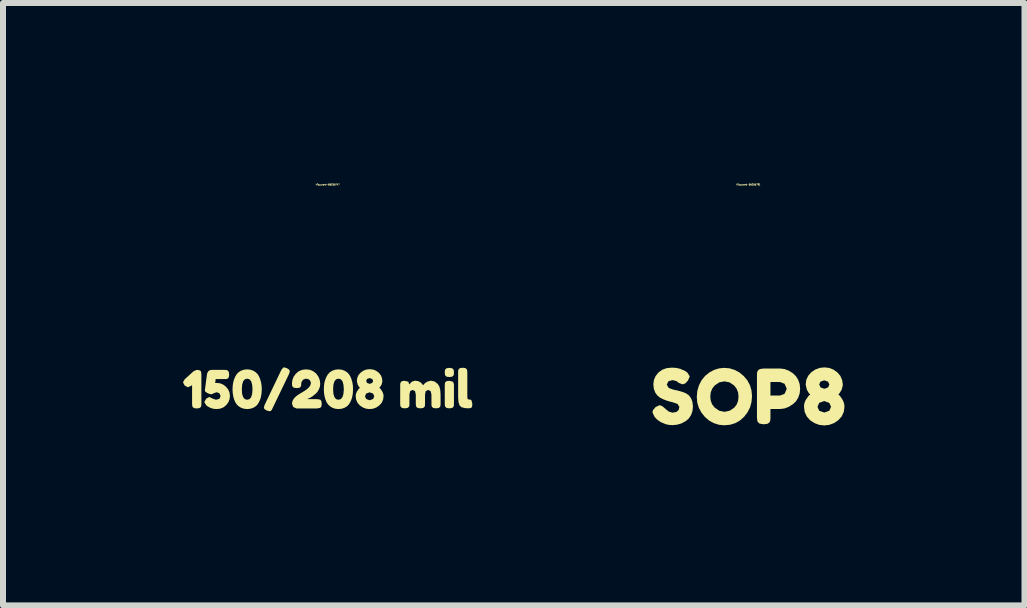
<source format=kicad_pcb>
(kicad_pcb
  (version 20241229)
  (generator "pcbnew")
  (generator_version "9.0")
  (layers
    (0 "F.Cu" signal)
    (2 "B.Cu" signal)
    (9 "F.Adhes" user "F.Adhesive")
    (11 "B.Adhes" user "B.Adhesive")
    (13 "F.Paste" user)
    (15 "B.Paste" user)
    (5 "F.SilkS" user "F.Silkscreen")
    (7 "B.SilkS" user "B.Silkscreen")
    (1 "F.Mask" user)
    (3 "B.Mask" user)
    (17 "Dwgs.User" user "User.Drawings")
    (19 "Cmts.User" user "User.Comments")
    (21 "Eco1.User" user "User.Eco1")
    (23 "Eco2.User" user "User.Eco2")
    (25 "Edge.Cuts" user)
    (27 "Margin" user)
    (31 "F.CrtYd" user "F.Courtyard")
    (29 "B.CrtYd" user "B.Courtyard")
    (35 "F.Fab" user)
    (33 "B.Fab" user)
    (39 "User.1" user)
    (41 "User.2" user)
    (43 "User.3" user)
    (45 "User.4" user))
  (footprint "kibuzzard-65C55791"
    (layer "F.Cu")
    (at 9.426 3.558)
    (property "Reference" "kibuzzard-65C55791" (at 0 -3.532 0) (layer "F.SilkS") (effects (font (size 0.025 0.025) (thickness 0.15))))
    (attr board_only exclude_from_pos_files exclude_from_bom)
    (fp_poly (pts (xy 0.744 0.128) (xy 0.673 0.173) (xy 0.6 0.201) (xy 0.526 0.21) (xy 0.367 0.21) (xy 0.367 -0.015) (xy 0.527 -0.015) (xy 0.602 -0.043) (xy 0.639 -0.127) (xy 0.602 -0.211) (xy 0.526 -0.24) (xy 0.367 -0.24) (xy 0.367 -0.015) (xy 0.367 0.21) (xy 0.367 0.353) (xy 0.365 0.397) (xy 0.353 0.431) (xy 0.319 0.456) (xy 0.254 0.465) (xy 0.184 0.453) (xy 0.15 0.418) (xy 0.142 0.352) (xy 0.142 -0.353) (xy 0.144 -0.397) (xy 0.156 -0.431) (xy 0.19 -0.456) (xy 0.255 -0.465) (xy 0.527 -0.465) (xy 0.601 -0.456) (xy 0.673 -0.429) (xy 0.744 -0.384) (xy 0.792 -0.337) (xy 0.829 -0.277) (xy 0.854 -0.206) (xy 0.862 -0.127) (xy 0.854 -0.048) (xy 0.829 0.022) (xy 0.792 0.082) (xy 0.744 0.128)) (stroke (width 0) (type solid)) (fill yes) (layer "F.SilkS"))
    (fp_poly (pts (xy -0.405 -0.476) (xy -0.314 -0.468) (xy -0.23 -0.442) (xy -0.151 -0.4) (xy -0.079 -0.34) (xy -0.018 -0.268) (xy 0.025 -0.188) (xy 0.051 -0.1) (xy 0.06 -0.003) (xy 0.051 0.094) (xy 0.027 0.183) (xy -0.015 0.265) (xy -0.072 0.34) (xy -0.142 0.402) (xy -0.22 0.446) (xy -0.305 0.472) (xy -0.398 0.481) (xy -0.4 0.481) (xy -0.4 0.257) (xy -0.314 0.239) (xy -0.237 0.188) (xy -0.197 0.137) (xy -0.173 0.076) (xy -0.165 0.004) (xy -0.173 -0.068) (xy -0.198 -0.13) (xy -0.238 -0.182) (xy -0.315 -0.234) (xy -0.401 -0.251) (xy -0.487 -0.234) (xy -0.564 -0.181) (xy -0.604 -0.129) (xy -0.628 -0.068) (xy -0.636 0.003) (xy -0.628 0.073) (xy -0.604 0.134) (xy -0.563 0.186) (xy -0.486 0.239) (xy -0.4 0.257) (xy -0.4 0.481) (xy -0.49 0.473) (xy -0.576 0.446) (xy -0.655 0.403) (xy -0.726 0.342) (xy -0.785 0.268) (xy -0.827 0.189) (xy -0.853 0.102) (xy -0.861 0.009) (xy -0.852 -0.093) (xy -0.823 -0.189) (xy -0.779 -0.273) (xy -0.721 -0.343) (xy -0.653 -0.398) (xy -0.575 -0.441) (xy -0.491 -0.467) (xy -0.405 -0.476)) (stroke (width 0) (type solid)) (fill yes) (layer "F.SilkS"))
    (fp_poly (pts (xy 1.601 0.168) (xy 1.59 0.256) (xy 1.555 0.333) (xy 1.498 0.397) (xy 1.426 0.445) (xy 1.348 0.474) (xy 1.265 0.484) (xy 1.265 0.269) (xy 1.349 0.239) (xy 1.377 0.173) (xy 1.348 0.108) (xy 1.266 0.078) (xy 1.266 -0.127) (xy 1.328 -0.15) (xy 1.349 -0.198) (xy 1.327 -0.246) (xy 1.263 -0.268) (xy 1.2 -0.246) (xy 1.18 -0.199) (xy 1.202 -0.15) (xy 1.266 -0.127) (xy 1.266 0.078) (xy 1.264 0.077) (xy 1.18 0.107) (xy 1.151 0.173) (xy 1.18 0.239) (xy 1.265 0.269) (xy 1.265 0.484) (xy 1.264 0.484) (xy 1.179 0.474) (xy 1.101 0.445) (xy 1.029 0.398) (xy 0.972 0.334) (xy 0.937 0.257) (xy 0.926 0.168) (xy 0.932 0.115) (xy 0.952 0.064) (xy 1.003 -0.009) (xy 1.03 -0.033) (xy 1.008 -0.053) (xy 0.975 -0.109) (xy 0.954 -0.197) (xy 0.964 -0.275) (xy 0.996 -0.344) (xy 1.048 -0.403) (xy 1.114 -0.448) (xy 1.187 -0.475) (xy 1.266 -0.484) (xy 1.345 -0.475) (xy 1.417 -0.447) (xy 1.482 -0.401) (xy 1.533 -0.341) (xy 1.563 -0.271) (xy 1.574 -0.191) (xy 1.555 -0.113) (xy 1.518 -0.053) (xy 1.499 -0.033) (xy 1.527 -0.007) (xy 1.573 0.062) (xy 1.594 0.115) (xy 1.601 0.168)) (stroke (width 0) (type solid)) (fill yes) (layer "F.SilkS"))
    (fp_poly (pts (xy -1.568 0.335) (xy -1.601 0.262) (xy -1.588 0.225) (xy -1.547 0.177) (xy -1.48 0.146) (xy -1.437 0.162) (xy -1.38 0.21) (xy -1.33 0.251) (xy -1.269 0.271) (xy -1.203 0.26) (xy -1.164 0.228) (xy -1.151 0.174) (xy -1.183 0.125) (xy -1.264 0.097) (xy -1.314 0.085) (xy -1.368 0.068) (xy -1.422 0.047) (xy -1.472 0.022) (xy -1.516 -0.013) (xy -1.553 -0.063) (xy -1.577 -0.127) (xy -1.585 -0.202) (xy -1.576 -0.273) (xy -1.548 -0.338) (xy -1.502 -0.397) (xy -1.44 -0.443) (xy -1.364 -0.471) (xy -1.275 -0.48) (xy -1.202 -0.475) (xy -1.136 -0.46) (xy -1.049 -0.42) (xy -1.017 -0.396) (xy -0.978 -0.334) (xy -1.008 -0.264) (xy -1.052 -0.217) (xy -1.097 -0.201) (xy -1.163 -0.226) (xy -1.178 -0.239) (xy -1.198 -0.255) (xy -1.266 -0.272) (xy -1.334 -0.252) (xy -1.361 -0.197) (xy -1.329 -0.141) (xy -1.248 -0.112) (xy -1.198 -0.102) (xy -1.143 -0.088) (xy -1.088 -0.071) (xy -1.038 -0.05) (xy -0.993 -0.018) (xy -0.957 0.03) (xy -0.933 0.093) (xy -0.925 0.169) (xy -0.933 0.247) (xy -0.958 0.314) (xy -0.996 0.37) (xy -1.044 0.411) (xy -1.114 0.449) (xy -1.187 0.471) (xy -1.264 0.479) (xy -1.322 0.475) (xy -1.377 0.464) (xy -1.463 0.428) (xy -1.52 0.388) (xy -1.557 0.349) (xy -1.568 0.335)) (stroke (width 0) (type solid)) (fill yes) (layer "F.SilkS")))
  (footprint "kibuzzard-65C557A7"
    (layer "F.Cu")
    (at 2.412 3.44)
    (property "Reference" "kibuzzard-65C557A7" (at 0 -3.414 0) (layer "F.SilkS") (effects (font (size 0.025 0.025) (thickness 0.15))))
    (attr board_only exclude_from_pos_files exclude_from_bom)
    (fp_poly (pts (xy -0.923 0.324) (xy -0.934 0.346) (xy -0.947 0.359) (xy -0.971 0.366) (xy -1.015 0.353) (xy -1.053 0.33) (xy -1.063 0.307) (xy -1.053 0.264) (xy -0.772 -0.324) (xy -0.742 -0.362) (xy -0.722 -0.366) (xy -0.678 -0.352) (xy -0.642 -0.328) (xy -0.63 -0.302) (xy -0.643 -0.258) (xy -0.923 0.324)) (stroke (width 0) (type solid)) (fill yes) (layer "F.SilkS"))
    (fp_poly (pts (xy 1.961 -0.334) (xy 1.984 -0.352) (xy 2.029 -0.358) (xy 2.073 -0.352) (xy 2.095 -0.334) (xy 2.104 -0.311) (xy 2.105 -0.281) (xy 2.104 -0.251) (xy 2.096 -0.228) (xy 2.073 -0.21) (xy 2.029 -0.205) (xy 1.985 -0.21) (xy 1.961 -0.229) (xy 1.954 -0.252) (xy 1.952 -0.282) (xy 1.954 -0.312) (xy 1.961 -0.334)) (stroke (width 0) (type solid)) (fill yes) (layer "F.SilkS"))
    (fp_poly (pts (xy 1.952 -0.066) (xy 1.954 -0.096) (xy 1.961 -0.12) (xy 1.984 -0.137) (xy 2.029 -0.142) (xy 2.089 -0.127) (xy 2.104 -0.09) (xy 2.105 -0.065) (xy 2.105 0.241) (xy 2.104 0.271) (xy 2.095 0.294) (xy 2.073 0.311) (xy 2.028 0.317) (xy 1.984 0.311) (xy 1.961 0.293) (xy 1.954 0.271) (xy 1.952 0.24) (xy 1.952 -0.066)) (stroke (width 0) (type solid)) (fill yes) (layer "F.SilkS"))
    (fp_poly (pts (xy -2.235 -0.301) (xy -2.186 -0.324) (xy -2.144 -0.32) (xy -2.122 -0.31) (xy -2.109 -0.291) (xy -2.105 -0.244) (xy -2.105 0.242) (xy -2.106 0.272) (xy -2.115 0.295) (xy -2.138 0.313) (xy -2.183 0.319) (xy -2.227 0.313) (xy -2.25 0.296) (xy -2.258 0.272) (xy -2.26 0.24) (xy -2.26 -0.072) (xy -2.271 -0.061) (xy -2.332 -0.034) (xy -2.385 -0.065) (xy -2.412 -0.119) (xy -2.381 -0.17) (xy -2.238 -0.299) (xy -2.235 -0.301)) (stroke (width 0) (type solid)) (fill yes) (layer "F.SilkS"))
    (fp_poly (pts (xy 2.175 -0.283) (xy 2.176 -0.313) (xy 2.184 -0.336) (xy 2.207 -0.354) (xy 2.252 -0.36) (xy 2.295 -0.354) (xy 2.318 -0.336) (xy 2.326 -0.313) (xy 2.328 -0.282) (xy 2.328 0.122) (xy 2.333 0.162) (xy 2.356 0.17) (xy 2.38 0.172) (xy 2.395 0.179) (xy 2.412 0.241) (xy 2.408 0.285) (xy 2.395 0.308) (xy 2.357 0.317) (xy 2.287 0.313) (xy 2.231 0.298) (xy 2.199 0.269) (xy 2.181 0.213) (xy 2.175 0.133) (xy 2.175 -0.283)) (stroke (width 0) (type solid)) (fill yes) (layer "F.SilkS"))
    (fp_poly (pts (xy -1.934 -0.325) (xy -1.801 -0.324) (xy -1.719 -0.324) (xy -1.689 -0.323) (xy -1.666 -0.314) (xy -1.648 -0.291) (xy -1.642 -0.244) (xy -1.648 -0.202) (xy -1.664 -0.181) (xy -1.686 -0.172) (xy -1.714 -0.171) (xy -1.867 -0.171) (xy -1.875 -0.105) (xy -1.845 -0.107) (xy -1.791 -0.1) (xy -1.742 -0.079) (xy -1.696 -0.044) (xy -1.659 0.001) (xy -1.637 0.052) (xy -1.629 0.109) (xy -1.636 0.166) (xy -1.657 0.218) (xy -1.692 0.264) (xy -1.737 0.3) (xy -1.79 0.322) (xy -1.848 0.329) (xy -1.901 0.325) (xy -1.95 0.311) (xy -1.995 0.288) (xy -2.017 0.272) (xy -2.024 0.265) (xy -2.057 0.213) (xy -2.025 0.156) (xy -1.974 0.127) (xy -1.916 0.155) (xy -1.861 0.174) (xy -1.803 0.157) (xy -1.785 0.111) (xy -1.805 0.065) (xy -1.852 0.048) (xy -1.894 0.064) (xy -1.941 0.084) (xy -1.996 0.067) (xy -2.037 0.041) (xy -2.047 0.019) (xy -2.042 -0.022) (xy -2.029 -0.121) (xy -2.016 -0.22) (xy -2.011 -0.256) (xy -2.005 -0.274) (xy -1.992 -0.298) (xy -1.969 -0.317) (xy -1.934 -0.325)) (stroke (width 0) (type solid)) (fill yes) (layer "F.SilkS"))
    (fp_poly (pts (xy -1.125 -0.169) (xy -1.11 -0.115) (xy -1.101 -0.059) (xy -1.098 -0.002) (xy -1.103 0.073) (xy -1.115 0.14) (xy -1.137 0.198) (xy -1.166 0.249) (xy -1.197 0.281) (xy -1.237 0.306) (xy -1.285 0.323) (xy -1.341 0.329) (xy -1.343 0.329) (xy -1.343 0.174) (xy -1.304 0.163) (xy -1.275 0.131) (xy -1.259 0.077) (xy -1.253 0.003) (xy -1.253 -0.003) (xy -1.259 -0.079) (xy -1.275 -0.134) (xy -1.303 -0.167) (xy -1.342 -0.178) (xy -1.381 -0.167) (xy -1.409 -0.134) (xy -1.425 -0.079) (xy -1.431 -0.002) (xy -1.426 0.075) (xy -1.409 0.13) (xy -1.381 0.163) (xy -1.343 0.174) (xy -1.343 0.329) (xy -1.397 0.323) (xy -1.446 0.306) (xy -1.487 0.28) (xy -1.518 0.249) (xy -1.541 0.212) (xy -1.56 0.168) (xy -1.574 0.115) (xy -1.583 0.059) (xy -1.586 -0.003) (xy -1.583 -0.058) (xy -1.576 -0.108) (xy -1.565 -0.152) (xy -1.543 -0.207) (xy -1.519 -0.249) (xy -1.489 -0.282) (xy -1.448 -0.309) (xy -1.399 -0.327) (xy -1.342 -0.333) (xy -1.286 -0.327) (xy -1.237 -0.309) (xy -1.197 -0.283) (xy -1.166 -0.251) (xy -1.143 -0.213) (xy -1.125 -0.169)) (stroke (width 0) (type solid)) (fill yes) (layer "F.SilkS"))
    (fp_poly (pts (xy -0.175 0.163) (xy -0.124 0.172) (xy -0.104 0.197) (xy -0.099 0.241) (xy -0.104 0.286) (xy -0.123 0.308) (xy -0.177 0.319) (xy -0.519 0.319) (xy -0.573 0.295) (xy -0.595 0.24) (xy -0.587 0.195) (xy -0.563 0.153) (xy -0.527 0.116) (xy -0.484 0.085) (xy -0.437 0.057) (xy -0.391 0.029) (xy -0.348 -0.000109) (xy -0.312 -0.033) (xy -0.288 -0.069) (xy -0.279 -0.107) (xy -0.286 -0.13) (xy -0.299 -0.153) (xy -0.322 -0.17) (xy -0.366 -0.178) (xy -0.414 -0.158) (xy -0.437 -0.117) (xy -0.441 -0.097) (xy -0.441 -0.092) (xy -0.442 -0.063) (xy -0.451 -0.041) (xy -0.474 -0.025) (xy -0.519 -0.02) (xy -0.567 -0.028) (xy -0.591 -0.053) (xy -0.595 -0.098) (xy -0.588 -0.156) (xy -0.567 -0.211) (xy -0.53 -0.261) (xy -0.483 -0.301) (xy -0.426 -0.325) (xy -0.36 -0.333) (xy -0.294 -0.325) (xy -0.238 -0.3) (xy -0.189 -0.26) (xy -0.153 -0.209) (xy -0.131 -0.153) (xy -0.124 -0.093) (xy -0.129 -0.045) (xy -0.146 0.001) (xy -0.17 0.041) (xy -0.198 0.072) (xy -0.259 0.121) (xy -0.313 0.15) (xy -0.335 0.159) (xy -0.335 0.163) (xy -0.175 0.163)) (stroke (width 0) (type solid)) (fill yes) (layer "F.SilkS"))
    (fp_poly (pts (xy 0.397 -0.169) (xy 0.412 -0.115) (xy 0.421 -0.059) (xy 0.423 -0.002) (xy 0.419 0.073) (xy 0.406 0.14) (xy 0.385 0.198) (xy 0.355 0.249) (xy 0.325 0.281) (xy 0.285 0.306) (xy 0.237 0.323) (xy 0.181 0.329) (xy 0.179 0.329) (xy 0.179 0.174) (xy 0.218 0.163) (xy 0.246 0.131) (xy 0.263 0.077) (xy 0.269 0.003) (xy 0.269 -0.003) (xy 0.263 -0.079) (xy 0.247 -0.134) (xy 0.219 -0.167) (xy 0.18 -0.178) (xy 0.141 -0.167) (xy 0.113 -0.134) (xy 0.096 -0.079) (xy 0.091 -0.002) (xy 0.096 0.075) (xy 0.113 0.13) (xy 0.14 0.163) (xy 0.179 0.174) (xy 0.179 0.329) (xy 0.125 0.323) (xy 0.076 0.306) (xy 0.035 0.28) (xy 0.004 0.249) (xy -0.02 0.212) (xy -0.038 0.168) (xy -0.052 0.115) (xy -0.061 0.059) (xy -0.064 -0.003) (xy -0.061 -0.058) (xy -0.055 -0.108) (xy -0.043 -0.152) (xy -0.022 -0.207) (xy 0.003 -0.249) (xy 0.033 -0.282) (xy 0.074 -0.309) (xy 0.123 -0.327) (xy 0.18 -0.333) (xy 0.236 -0.327) (xy 0.285 -0.309) (xy 0.325 -0.283) (xy 0.356 -0.251) (xy 0.379 -0.213) (xy 0.397 -0.169)) (stroke (width 0) (type solid)) (fill yes) (layer "F.SilkS"))
    (fp_poly (pts (xy 1.359 -0.082) (xy 1.405 -0.129) (xy 1.458 -0.144) (xy 1.512 -0.136) (xy 1.557 -0.11) (xy 1.591 -0.068) (xy 1.614 -0.096) (xy 1.657 -0.127) (xy 1.718 -0.144) (xy 1.782 -0.131) (xy 1.835 -0.09) (xy 1.862 -0.047) (xy 1.877 0.012) (xy 1.882 0.087) (xy 1.882 0.24) (xy 1.881 0.27) (xy 1.873 0.293) (xy 1.85 0.311) (xy 1.806 0.317) (xy 1.761 0.311) (xy 1.738 0.292) (xy 1.731 0.269) (xy 1.73 0.239) (xy 1.73 0.086) (xy 1.716 0.029) (xy 1.676 0.01) (xy 1.634 0.031) (xy 1.623 0.087) (xy 1.623 0.24) (xy 1.622 0.271) (xy 1.614 0.293) (xy 1.59 0.311) (xy 1.545 0.317) (xy 1.501 0.311) (xy 1.478 0.292) (xy 1.471 0.269) (xy 1.469 0.239) (xy 1.469 0.086) (xy 1.456 0.029) (xy 1.415 0.01) (xy 1.376 0.029) (xy 1.363 0.086) (xy 1.363 0.241) (xy 1.362 0.271) (xy 1.353 0.294) (xy 1.33 0.311) (xy 1.285 0.317) (xy 1.241 0.311) (xy 1.218 0.293) (xy 1.211 0.271) (xy 1.209 0.24) (xy 1.209 -0.067) (xy 1.211 -0.097) (xy 1.219 -0.12) (xy 1.241 -0.137) (xy 1.281 -0.143) (xy 1.345 -0.127) (xy 1.359 -0.082)) (stroke (width 0) (type solid)) (fill yes) (layer "F.SilkS"))
    (fp_poly (pts (xy 0.932 0.112) (xy 0.924 0.173) (xy 0.9 0.225) (xy 0.86 0.269) (xy 0.811 0.303) (xy 0.757 0.323) (xy 0.7 0.329) (xy 0.7 0.182) (xy 0.758 0.161) (xy 0.777 0.116) (xy 0.757 0.071) (xy 0.701 0.05) (xy 0.701 -0.091) (xy 0.743 -0.107) (xy 0.758 -0.14) (xy 0.743 -0.172) (xy 0.699 -0.188) (xy 0.656 -0.173) (xy 0.642 -0.14) (xy 0.657 -0.107) (xy 0.701 -0.091) (xy 0.701 0.05) (xy 0.7 0.05) (xy 0.642 0.07) (xy 0.622 0.115) (xy 0.642 0.161) (xy 0.7 0.182) (xy 0.7 0.329) (xy 0.699 0.329) (xy 0.642 0.323) (xy 0.588 0.303) (xy 0.538 0.27) (xy 0.499 0.226) (xy 0.475 0.173) (xy 0.467 0.112) (xy 0.472 0.076) (xy 0.485 0.041) (xy 0.52 -0.01) (xy 0.539 -0.026) (xy 0.524 -0.04) (xy 0.501 -0.078) (xy 0.486 -0.139) (xy 0.494 -0.193) (xy 0.515 -0.24) (xy 0.551 -0.28) (xy 0.596 -0.311) (xy 0.646 -0.33) (xy 0.701 -0.336) (xy 0.756 -0.33) (xy 0.805 -0.311) (xy 0.85 -0.279) (xy 0.884 -0.238) (xy 0.905 -0.19) (xy 0.912 -0.134) (xy 0.9 -0.081) (xy 0.874 -0.04) (xy 0.861 -0.026) (xy 0.881 -0.008) (xy 0.912 0.039) (xy 0.927 0.075) (xy 0.932 0.112)) (stroke (width 0) (type solid)) (fill yes) (layer "F.SilkS")))
  (gr_rect
    (start -3 -3)
    (end 14.028 7.042)
    (stroke (width 0.1) (type default))
    (fill no)
    (layer "Edge.Cuts")))
</source>
